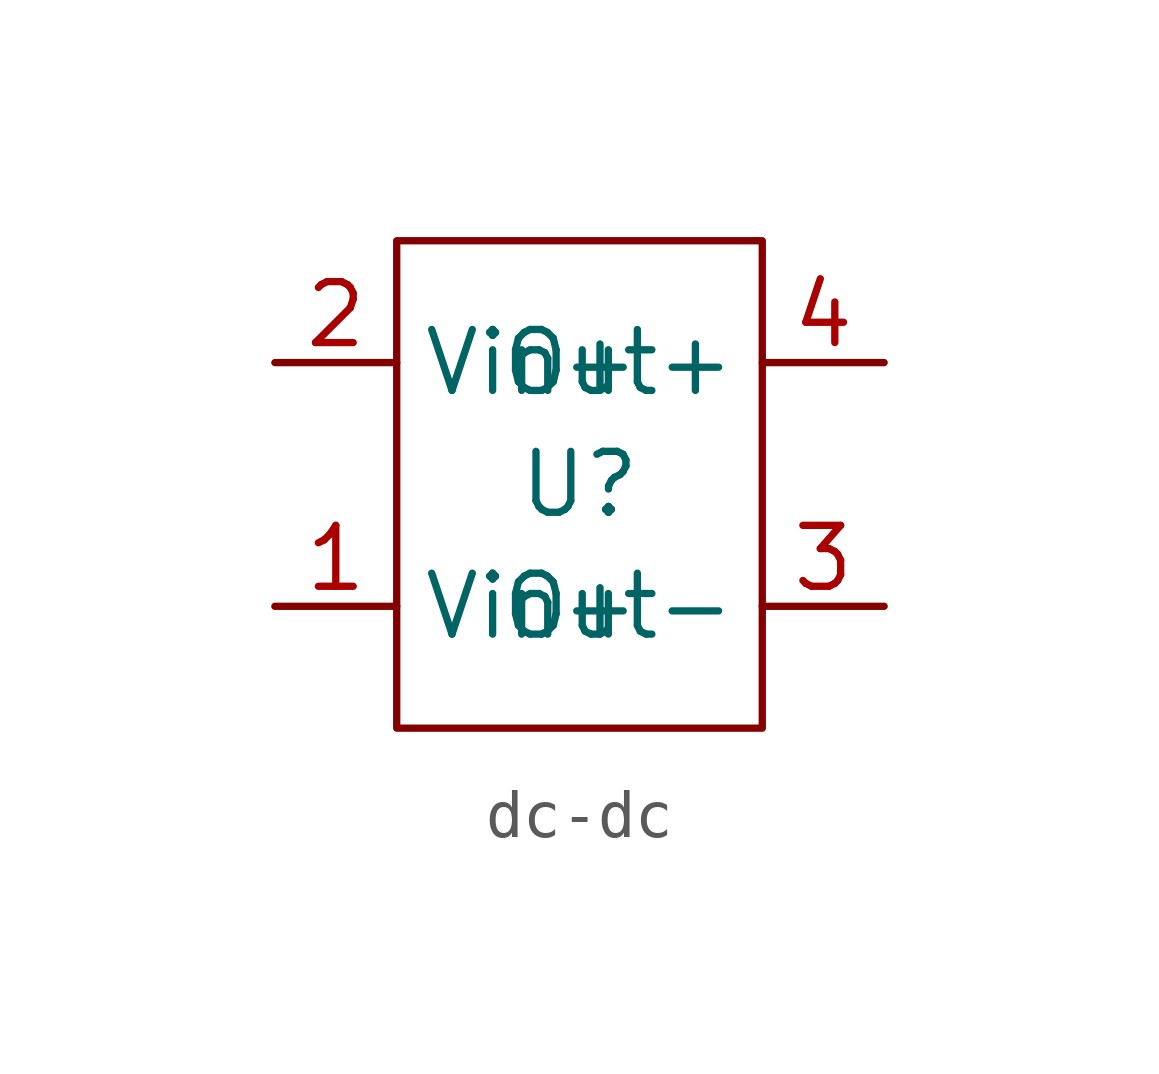
<source format=kicad_sym>
(kicad_symbol_lib
  (version 20220914)
  (generator kicad_symbol_editor)
  (symbol "dc-dc"
    (property "Reference" "U"
      (at 0 0 0)
      (effects (font (size 1.27 1.27))))
    (property "Value" ""
      (at 0 0 0)
      (effects (font (size 1.27 1.27))))
    (symbol "dc-dc_0_1"
      (rectangle (start -3.81 5.08) (end 3.81 -5.08) (stroke (width 0) (type default)) (fill (type none))))
    (symbol "dc-dc_1_1"
      (pin power_in line (at -6.35 -2.54 0) (length 2.54) (name "Vin+" (effects (font (size 1.27 1.27)))) (number "1" (effects (font (size 1.27 1.27)))))
      (pin power_in line (at -6.35 2.54 0) (length 2.54) (name "Vin+" (effects (font (size 1.27 1.27)))) (number "2" (effects (font (size 1.27 1.27)))))
      (pin power_out line (at 6.35 -2.54 180) (length 2.54) (name "Out-" (effects (font (size 1.27 1.27)))) (number "3" (effects (font (size 1.27 1.27)))))
      (pin power_out line (at 6.35 2.54 180) (length 2.54) (name "Out+" (effects (font (size 1.27 1.27)))) (number "4" (effects (font (size 1.27 1.27))))))))
</source>
